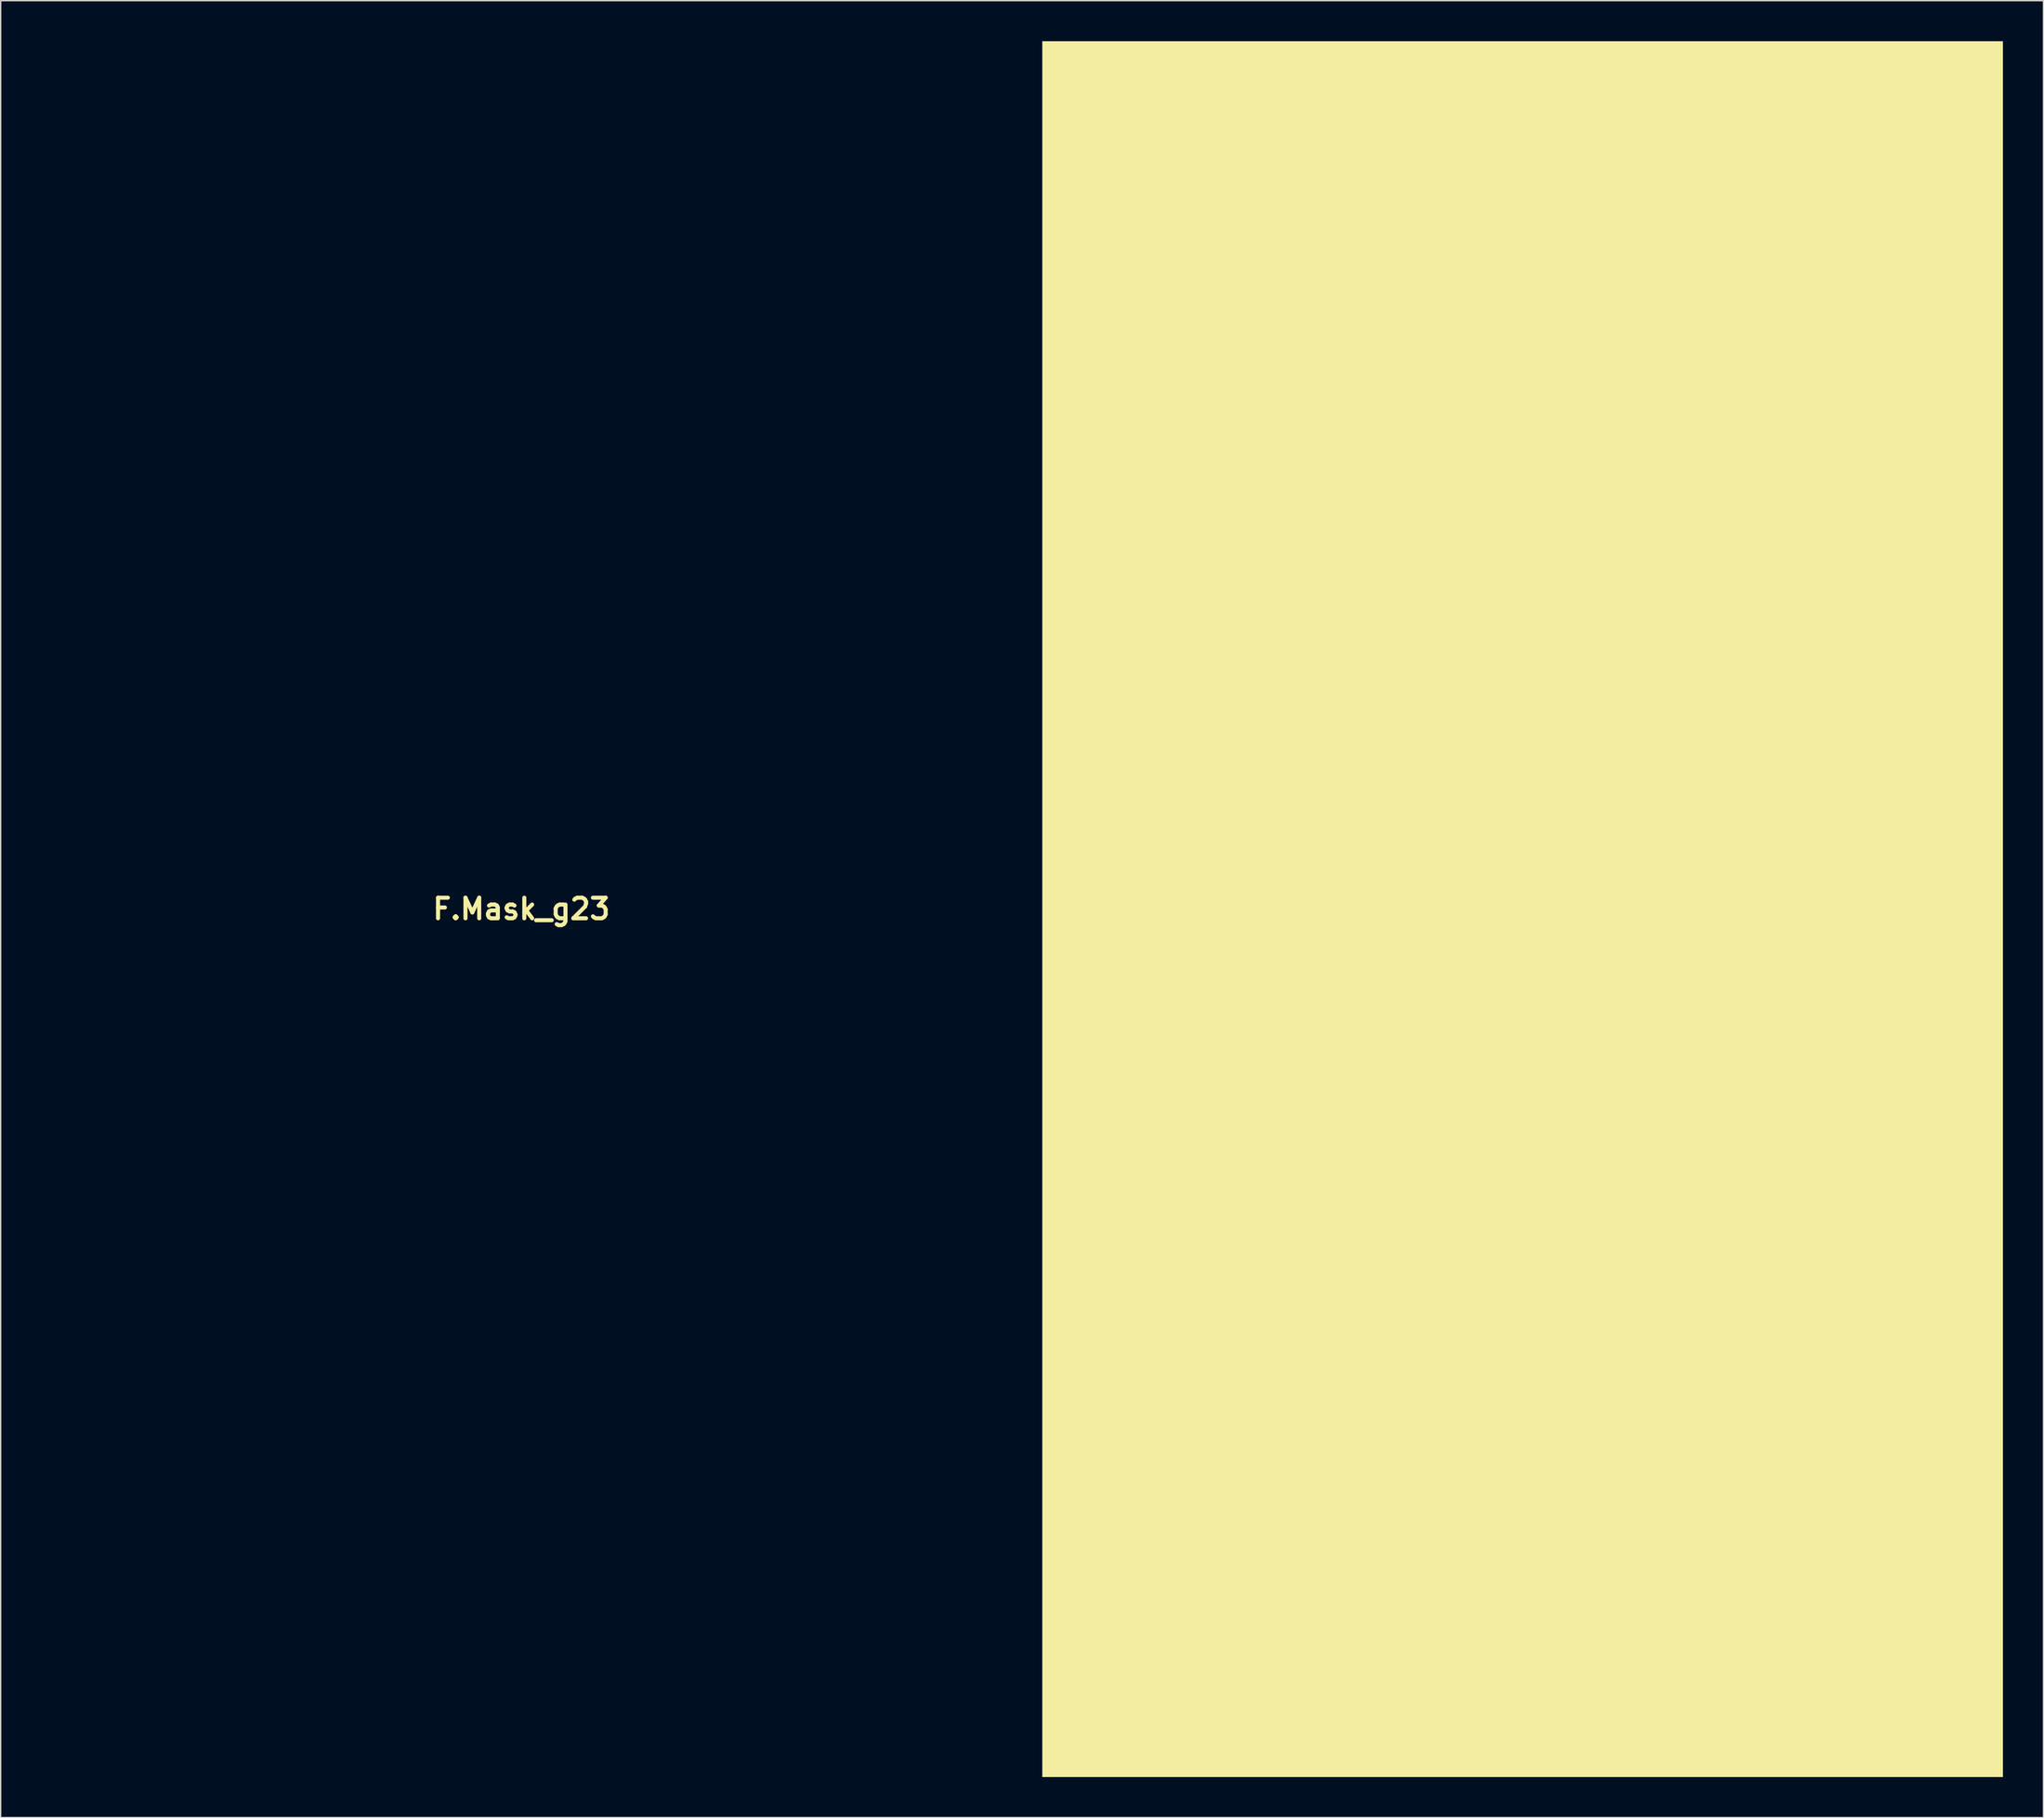
<source format=kicad_pcb>
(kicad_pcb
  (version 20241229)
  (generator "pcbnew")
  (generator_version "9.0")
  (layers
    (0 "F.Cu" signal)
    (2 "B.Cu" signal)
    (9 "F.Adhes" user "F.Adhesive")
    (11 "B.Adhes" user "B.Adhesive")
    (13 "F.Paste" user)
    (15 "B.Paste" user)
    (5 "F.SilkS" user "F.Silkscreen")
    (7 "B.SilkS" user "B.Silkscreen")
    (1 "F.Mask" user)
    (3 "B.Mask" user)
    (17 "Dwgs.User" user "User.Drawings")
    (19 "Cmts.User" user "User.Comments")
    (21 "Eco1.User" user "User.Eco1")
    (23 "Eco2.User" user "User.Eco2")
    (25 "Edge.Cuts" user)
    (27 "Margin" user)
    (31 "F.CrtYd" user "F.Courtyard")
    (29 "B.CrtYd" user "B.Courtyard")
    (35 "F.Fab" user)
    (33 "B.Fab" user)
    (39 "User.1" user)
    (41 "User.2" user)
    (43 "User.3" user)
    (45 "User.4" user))
  (footprint "F.SilkS_g25"
    (layer "F.Cu")
    (at 109.653 64.246)
    (property "Reference" "F.SilkS_g25" (at 0 0 0) (layer "F.SilkS") (effects (font (size 1.524 1.524) (thickness 0.3))))
    (attr through_hole)
    (fp_poly (pts (xy 35.56 64.262) (xy -35.539 64.262) (xy -35.539 -64.241) (xy 35.56 -64.241) (xy 35.56 64.262)) (stroke (width 0.01) (type solid)) (fill yes) (layer "F.SilkS")))
  (footprint "F.Mask_g23"
    (layer "F.Cu")
    (at 35.544 64.246)
    (property "Reference" "F.Mask_g23" (at 0 0 0) (layer "F.SilkS") (effects (font (size 1.524 1.524) (thickness 0.3))))
    (attr through_hole)
    (fp_poly (pts (xy 35.56 64.262) (xy -35.539 64.262) (xy -35.539 -64.241) (xy 35.56 -64.241) (xy 35.56 64.262)) (stroke (width 0.01) (type solid)) (fill yes) (layer "F.Mask")))
  (gr_rect
    (start -3 -3)
    (end 148.218 131.513)
    (stroke (width 0.1) (type default))
    (fill no)
    (layer "Edge.Cuts")))
</source>
